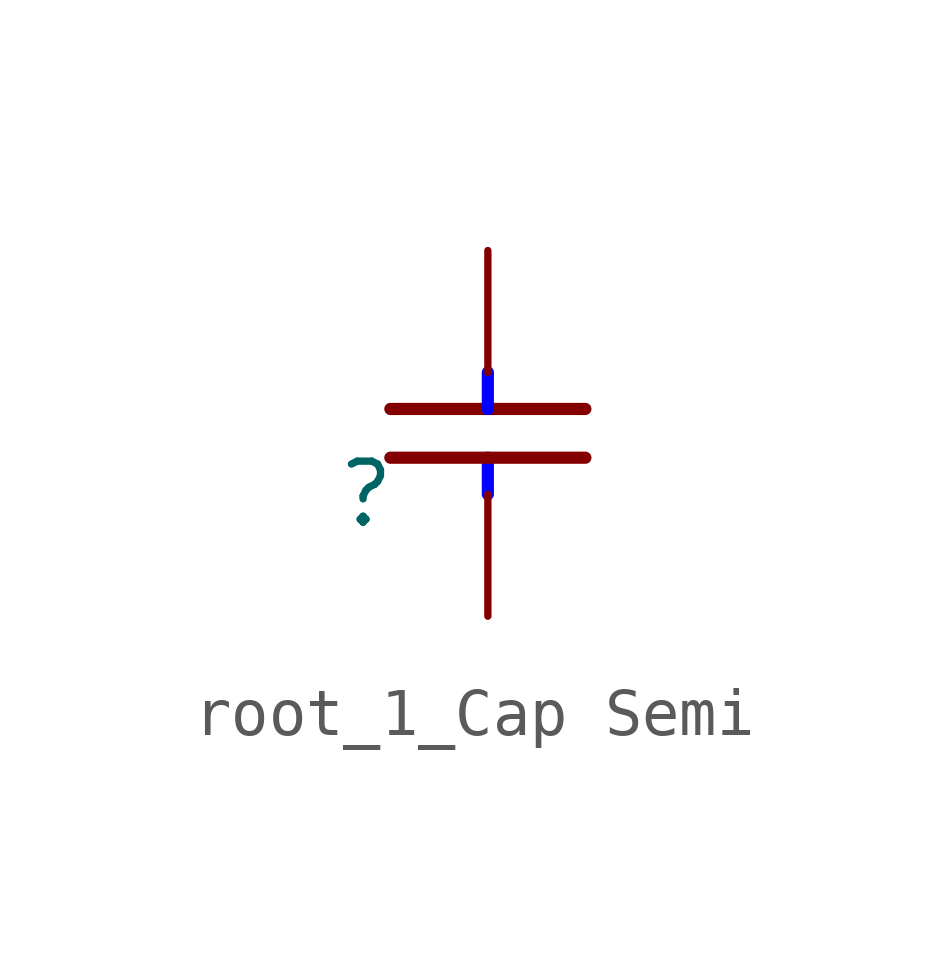
<source format=kicad_sym>
(kicad_symbol_lib
  (version 20220914)
  (generator kicad_symbol_editor)
  (symbol "root_1_Cap Semi"
    (property "Reference" ""
      (at 0 0 0)
      (effects (font (size 1.27 1.27))))
    (property "Value" ""
      (at 0 0 0)
      (effects (font (size 1.27 1.27))))
    (symbol "root_1_Cap Semi_1_0"
      (polyline (pts (xy 0.508 1.778) (xy 4.572 1.778)) (stroke (width 0.254) (type solid)) (fill (type none)))
      (polyline (pts (xy 2.54 0) (xy 2.54 0.762)) (stroke (width 0.254) (type solid) (color 0 0 255 1)) (fill (type none)))
      (polyline (pts (xy 2.54 2.54) (xy 2.54 1.778)) (stroke (width 0.254) (type solid) (color 0 0 255 1)) (fill (type none)))
      (polyline (pts (xy 4.572 0.762) (xy 0.508 0.762)) (stroke (width 0.254) (type solid)) (fill (type none)))
      (pin passive line (at 2.54 -2.54 90) (length 2.54) (name "1" (effects (font (size 0 0)))) (number "1" (effects (font (size 0 0)))))
      (pin passive line (at 2.54 5.08 270) (length 2.54) (name "2" (effects (font (size 0 0)))) (number "2" (effects (font (size 0 0))))))))
</source>
